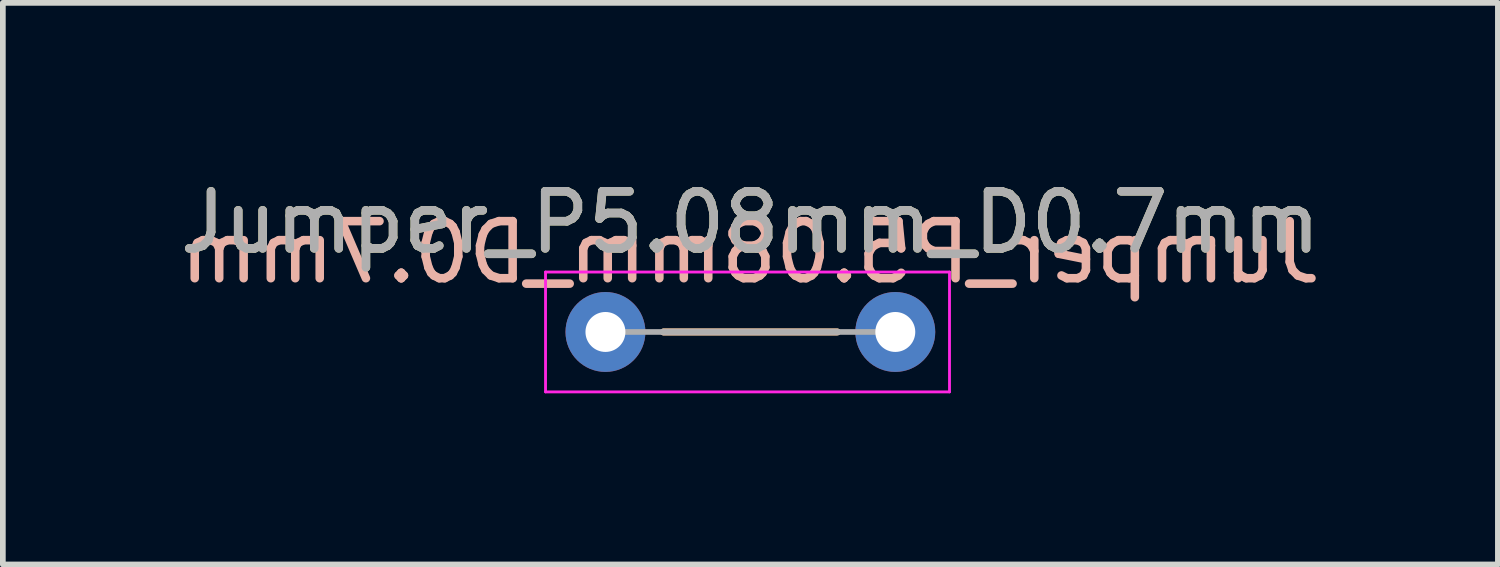
<source format=kicad_pcb>
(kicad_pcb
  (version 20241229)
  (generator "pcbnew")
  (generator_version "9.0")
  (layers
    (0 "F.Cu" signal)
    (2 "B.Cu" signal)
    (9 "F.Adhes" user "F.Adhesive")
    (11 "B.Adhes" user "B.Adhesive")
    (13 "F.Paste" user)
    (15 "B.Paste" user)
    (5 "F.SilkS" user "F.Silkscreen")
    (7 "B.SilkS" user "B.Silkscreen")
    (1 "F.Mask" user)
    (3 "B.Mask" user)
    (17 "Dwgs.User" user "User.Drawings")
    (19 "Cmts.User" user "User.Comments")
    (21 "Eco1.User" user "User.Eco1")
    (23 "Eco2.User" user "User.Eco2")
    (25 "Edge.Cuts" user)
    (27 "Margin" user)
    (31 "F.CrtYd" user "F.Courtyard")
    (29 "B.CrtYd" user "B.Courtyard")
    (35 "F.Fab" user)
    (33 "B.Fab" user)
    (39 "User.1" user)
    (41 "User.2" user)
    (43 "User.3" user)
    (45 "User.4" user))
  (footprint "Jumper_P5.08mm_D0.7mm"
    (layer "F.Cu")
    (at 7.561 2.768)
    (property "Reference" "Jumper_P5.08mm_D0.7mm" (at 2.54 -1.92 0) (layer "F.SilkS") (effects (font (size 1 1) (thickness 0.15))))
    (fp_line (start 1.016 0) (end 4.064 0) (stroke (width 0.12) (type solid)) (layer "F.SilkS"))
    (fp_line (start 4.064 0) (end 1.016 0) (stroke (width 0.12) (type solid)) (layer "B.SilkS"))
    (fp_line (start -1.05 -1.05) (end -1.05 1.05) (stroke (width 0.05) (type solid)) (layer "F.CrtYd"))
    (fp_line (start -1.05 1.05) (end 6.03 1.05) (stroke (width 0.05) (type solid)) (layer "F.CrtYd"))
    (fp_line (start 6.03 -1.05) (end -1.05 -1.05) (stroke (width 0.05) (type solid)) (layer "F.CrtYd"))
    (fp_line (start 6.03 1.05) (end 6.03 -1.05) (stroke (width 0.05) (type solid)) (layer "F.CrtYd"))
    (fp_line (start 0 0) (end 5.08 0) (stroke (width 0.1) (type solid)) (layer "F.Fab"))
    (fp_text user "${REFERENCE}" (at 2.54 -1.397 0) (layer "B.SilkS") (effects (font (size 1 1) (thickness 0.15)) (justify mirror)))
    (fp_text user "${REFERENCE}" (at 2.54 -1.92 0) (layer "F.Fab") (effects (font (size 1 1) (thickness 0.15))))
    (pad "1" thru_hole circle (at 0 0) (size 1.4 1.4) (drill 0.7) (layers "*.Cu" "*.Mask"))
    (pad "2" thru_hole oval (at 5.08 0) (size 1.4 1.4) (drill 0.7) (layers "*.Cu" "*.Mask")))
  (gr_rect
    (start -3 -3)
    (end 23.202 6.843)
    (stroke (width 0.1) (type default))
    (fill no)
    (layer "Edge.Cuts")))
</source>
